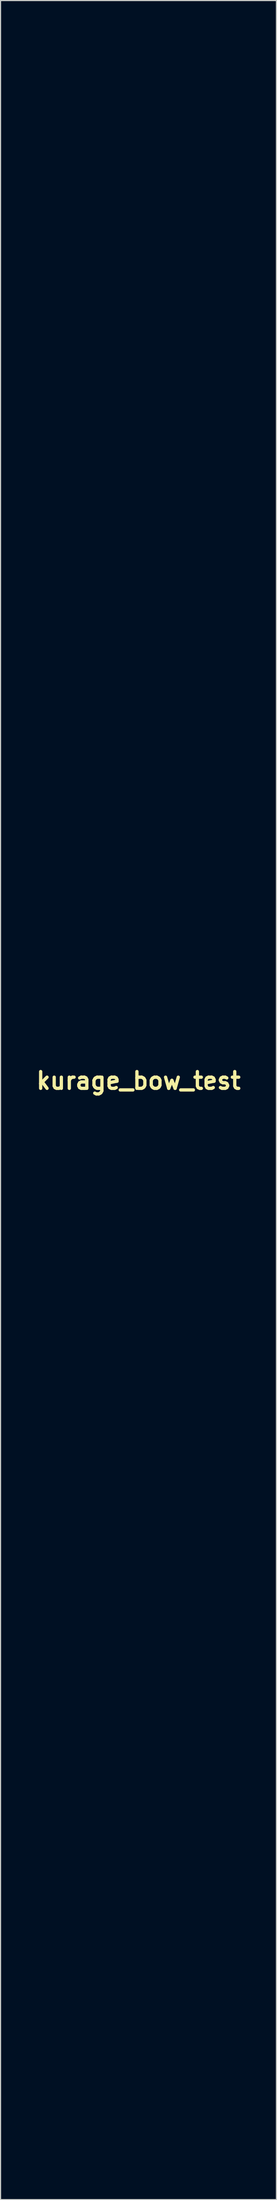
<source format=kicad_pcb>
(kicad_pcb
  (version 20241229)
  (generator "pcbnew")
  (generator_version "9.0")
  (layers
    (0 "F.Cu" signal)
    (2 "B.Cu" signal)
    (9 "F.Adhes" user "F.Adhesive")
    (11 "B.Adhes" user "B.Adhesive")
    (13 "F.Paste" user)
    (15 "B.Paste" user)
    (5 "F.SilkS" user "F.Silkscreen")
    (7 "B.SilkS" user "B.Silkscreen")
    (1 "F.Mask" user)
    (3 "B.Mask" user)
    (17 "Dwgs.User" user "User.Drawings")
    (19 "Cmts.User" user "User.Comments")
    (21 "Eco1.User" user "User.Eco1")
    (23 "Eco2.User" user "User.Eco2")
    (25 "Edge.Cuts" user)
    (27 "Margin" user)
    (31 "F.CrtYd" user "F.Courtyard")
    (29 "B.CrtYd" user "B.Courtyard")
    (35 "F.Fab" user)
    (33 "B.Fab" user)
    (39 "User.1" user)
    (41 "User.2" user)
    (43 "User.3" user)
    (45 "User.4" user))
  (footprint "kurage_bow_test"
    (layer "F.Cu")
    (at 9.587 95.251)
    (property "Reference" "kurage_bow_test" (at 0 0 0) (layer "F.SilkS") (effects (font (size 1.524 1.524) (thickness 0.3))))
    (attr through_hole)
    (fp_poly (pts (xy -1.324 -85.847) (xy -1.919 -85.847) (xy -1.919 -88.927) (xy -1.324 -88.927) (xy -1.324 -85.847)) (stroke (width 0.01) (type solid)) (fill yes) (layer "F.Mask"))
    (fp_poly (pts (xy -1.324 -65.986) (xy -1.919 -65.986) (xy -1.919 -69.066) (xy -1.324 -69.066) (xy -1.324 -65.986)) (stroke (width 0.01) (type solid)) (fill yes) (layer "F.Mask"))
    (fp_poly (pts (xy -1.324 -46.125) (xy -1.919 -46.125) (xy -1.919 -49.206) (xy -1.324 -49.206) (xy -1.324 -46.125)) (stroke (width 0.01) (type solid)) (fill yes) (layer "F.Mask"))
    (fp_poly (pts (xy -1.324 -26.265) (xy -1.919 -26.265) (xy -1.919 -29.345) (xy -1.324 -29.345) (xy -1.324 -26.265)) (stroke (width 0.01) (type solid)) (fill yes) (layer "F.Mask"))
    (fp_poly (pts (xy -1.324 -6.404) (xy -1.919 -6.404) (xy -1.919 -9.484) (xy -1.324 -9.484) (xy -1.324 -6.404)) (stroke (width 0.01) (type solid)) (fill yes) (layer "F.Mask"))
    (fp_poly (pts (xy -1.324 13.457) (xy -1.919 13.457) (xy -1.919 10.376) (xy -1.324 10.376) (xy -1.324 13.457)) (stroke (width 0.01) (type solid)) (fill yes) (layer "F.Mask"))
    (fp_poly (pts (xy -1.324 33.317) (xy -1.919 33.317) (xy -1.919 30.237) (xy -1.324 30.237) (xy -1.324 33.317)) (stroke (width 0.01) (type solid)) (fill yes) (layer "F.Mask"))
    (fp_poly (pts (xy -1.324 53.178) (xy -1.919 53.178) (xy -1.919 50.097) (xy -1.324 50.097) (xy -1.324 53.178)) (stroke (width 0.01) (type solid)) (fill yes) (layer "F.Mask"))
    (fp_poly (pts (xy -1.324 73.039) (xy -1.919 73.039) (xy -1.919 69.958) (xy -1.324 69.958) (xy -1.324 73.039)) (stroke (width 0.01) (type solid)) (fill yes) (layer "F.Mask"))
    (fp_poly (pts (xy -1.324 92.899) (xy -1.919 92.899) (xy -1.919 89.819) (xy -1.324 89.819) (xy -1.324 92.899)) (stroke (width 0.01) (type solid)) (fill yes) (layer "F.Mask"))
    (fp_poly (pts (xy -1.169 -94.231) (xy -1.378 -94.079) (xy -1.493 -93.993) (xy -1.611 -93.899) (xy -1.712 -93.814) (xy -1.734 -93.795) (xy -1.88 -93.661) (xy -1.938 -93.746) (xy -1.994 -93.822) (xy -2.061 -93.907) (xy -2.081 -93.931) (xy -2.164 -94.03) (xy -1.963 -94.202) (xy -1.853 -94.293) (xy -1.736 -94.386) (xy -1.632 -94.464) (xy -1.604 -94.484) (xy -1.446 -94.594) (xy -1.169 -94.231)) (stroke (width 0.01) (type solid)) (fill yes) (layer "F.Mask"))
    (fp_poly (pts (xy -1.169 -54.51) (xy -1.378 -54.358) (xy -1.493 -54.272) (xy -1.611 -54.178) (xy -1.712 -54.093) (xy -1.734 -54.073) (xy -1.88 -53.94) (xy -1.938 -54.025) (xy -1.994 -54.101) (xy -2.061 -54.186) (xy -2.081 -54.21) (xy -2.164 -54.309) (xy -1.963 -54.481) (xy -1.853 -54.572) (xy -1.736 -54.665) (xy -1.632 -54.743) (xy -1.604 -54.762) (xy -1.446 -54.872) (xy -1.169 -54.51)) (stroke (width 0.01) (type solid)) (fill yes) (layer "F.Mask"))
    (fp_poly (pts (xy -1.169 -34.649) (xy -1.378 -34.498) (xy -1.493 -34.412) (xy -1.611 -34.317) (xy -1.712 -34.232) (xy -1.734 -34.213) (xy -1.88 -34.079) (xy -1.938 -34.164) (xy -1.994 -34.24) (xy -2.061 -34.325) (xy -2.081 -34.349) (xy -2.164 -34.449) (xy -1.963 -34.62) (xy -1.853 -34.711) (xy -1.736 -34.804) (xy -1.632 -34.882) (xy -1.604 -34.902) (xy -1.446 -35.012) (xy -1.169 -34.649)) (stroke (width 0.01) (type solid)) (fill yes) (layer "F.Mask"))
    (fp_poly (pts (xy -1.169 5.072) (xy -1.378 5.224) (xy -1.493 5.31) (xy -1.611 5.404) (xy -1.712 5.489) (xy -1.734 5.509) (xy -1.88 5.642) (xy -1.938 5.557) (xy -1.994 5.481) (xy -2.061 5.396) (xy -2.081 5.372) (xy -2.164 5.273) (xy -1.963 5.101) (xy -1.853 5.01) (xy -1.736 4.917) (xy -1.632 4.839) (xy -1.604 4.819) (xy -1.446 4.71) (xy -1.169 5.072)) (stroke (width 0.01) (type solid)) (fill yes) (layer "F.Mask"))
    (fp_poly (pts (xy -1.169 24.933) (xy -1.378 25.084) (xy -1.493 25.17) (xy -1.611 25.264) (xy -1.712 25.35) (xy -1.734 25.369) (xy -1.88 25.503) (xy -1.938 25.418) (xy -1.994 25.342) (xy -2.061 25.256) (xy -2.081 25.233) (xy -2.164 25.133) (xy -1.963 24.962) (xy -1.853 24.871) (xy -1.736 24.778) (xy -1.632 24.7) (xy -1.604 24.68) (xy -1.446 24.57) (xy -1.169 24.933)) (stroke (width 0.01) (type solid)) (fill yes) (layer "F.Mask"))
    (fp_poly (pts (xy -1.169 44.794) (xy -1.378 44.945) (xy -1.493 45.031) (xy -1.611 45.125) (xy -1.712 45.21) (xy -1.734 45.23) (xy -1.88 45.363) (xy -1.938 45.278) (xy -1.994 45.202) (xy -2.061 45.117) (xy -2.081 45.094) (xy -2.164 44.994) (xy -1.963 44.822) (xy -1.853 44.731) (xy -1.736 44.639) (xy -1.632 44.561) (xy -1.604 44.541) (xy -1.446 44.431) (xy -1.169 44.794)) (stroke (width 0.01) (type solid)) (fill yes) (layer "F.Mask"))
    (fp_poly (pts (xy -1.169 64.654) (xy -1.378 64.806) (xy -1.493 64.892) (xy -1.611 64.986) (xy -1.712 65.071) (xy -1.734 65.091) (xy -1.88 65.224) (xy -1.938 65.139) (xy -1.994 65.063) (xy -2.061 64.978) (xy -2.081 64.954) (xy -2.164 64.855) (xy -1.963 64.683) (xy -1.853 64.592) (xy -1.736 64.499) (xy -1.632 64.421) (xy -1.604 64.401) (xy -1.446 64.291) (xy -1.169 64.654)) (stroke (width 0.01) (type solid)) (fill yes) (layer "F.Mask"))
    (fp_poly (pts (xy -1.169 84.515) (xy -1.378 84.666) (xy -1.493 84.752) (xy -1.611 84.846) (xy -1.712 84.932) (xy -1.734 84.951) (xy -1.88 85.085) (xy -1.938 84.999) (xy -1.994 84.924) (xy -2.061 84.838) (xy -2.081 84.815) (xy -2.164 84.715) (xy -1.963 84.544) (xy -1.853 84.452) (xy -1.736 84.36) (xy -1.632 84.282) (xy -1.604 84.262) (xy -1.446 84.152) (xy -1.169 84.515)) (stroke (width 0.01) (type solid)) (fill yes) (layer "F.Mask"))
    (fp_poly (pts (xy -1.307 -74.552) (xy -1.169 -74.37) (xy -1.378 -74.219) (xy -1.493 -74.133) (xy -1.611 -74.039) (xy -1.712 -73.954) (xy -1.734 -73.934) (xy -1.88 -73.801) (xy -1.938 -73.886) (xy -1.994 -73.962) (xy -2.061 -74.047) (xy -2.081 -74.07) (xy -2.164 -74.17) (xy -1.963 -74.341) (xy -1.853 -74.433) (xy -1.736 -74.525) (xy -1.632 -74.603) (xy -1.604 -74.623) (xy -1.446 -74.733) (xy -1.307 -74.552)) (stroke (width 0.01) (type solid)) (fill yes) (layer "F.Mask"))
    (fp_poly (pts (xy -1.307 -14.97) (xy -1.169 -14.788) (xy -1.378 -14.637) (xy -1.493 -14.551) (xy -1.611 -14.457) (xy -1.712 -14.372) (xy -1.734 -14.352) (xy -1.88 -14.219) (xy -1.938 -14.304) (xy -1.994 -14.38) (xy -2.061 -14.465) (xy -2.081 -14.488) (xy -2.164 -14.588) (xy -1.963 -14.76) (xy -1.853 -14.851) (xy -1.736 -14.943) (xy -1.632 -15.021) (xy -1.604 -15.041) (xy -1.446 -15.151) (xy -1.307 -14.97)) (stroke (width 0.01) (type solid)) (fill yes) (layer "F.Mask"))
    (fp_poly (pts (xy -1.618 -95.067) (xy -1.56 -94.982) (xy -1.52 -94.914) (xy -1.505 -94.873) (xy -1.507 -94.868) (xy -1.537 -94.844) (xy -1.599 -94.797) (xy -1.681 -94.736) (xy -1.709 -94.716) (xy -1.82 -94.631) (xy -1.936 -94.535) (xy -2.032 -94.449) (xy -2.034 -94.448) (xy -2.176 -94.312) (xy -2.458 -94.677) (xy -2.282 -94.842) (xy -2.173 -94.938) (xy -2.05 -95.037) (xy -1.938 -95.119) (xy -1.927 -95.127) (xy -1.749 -95.246) (xy -1.618 -95.067)) (stroke (width 0.01) (type solid)) (fill yes) (layer "F.Mask"))
    (fp_poly (pts (xy -1.618 -15.624) (xy -1.56 -15.54) (xy -1.52 -15.471) (xy -1.505 -15.431) (xy -1.507 -15.425) (xy -1.537 -15.401) (xy -1.599 -15.355) (xy -1.681 -15.294) (xy -1.709 -15.273) (xy -1.82 -15.188) (xy -1.936 -15.093) (xy -2.032 -15.007) (xy -2.034 -15.005) (xy -2.176 -14.869) (xy -2.458 -15.235) (xy -2.282 -15.4) (xy -2.173 -15.495) (xy -2.05 -15.594) (xy -1.938 -15.677) (xy -1.927 -15.684) (xy -1.749 -15.804) (xy -1.618 -15.624)) (stroke (width 0.01) (type solid)) (fill yes) (layer "F.Mask"))
    (fp_poly (pts (xy -1.618 43.958) (xy -1.56 44.042) (xy -1.52 44.111) (xy -1.505 44.151) (xy -1.507 44.157) (xy -1.537 44.181) (xy -1.599 44.227) (xy -1.681 44.288) (xy -1.709 44.309) (xy -1.82 44.393) (xy -1.936 44.489) (xy -2.032 44.575) (xy -2.034 44.577) (xy -2.176 44.712) (xy -2.458 44.347) (xy -2.282 44.182) (xy -2.173 44.087) (xy -2.05 43.988) (xy -1.938 43.905) (xy -1.927 43.897) (xy -1.749 43.778) (xy -1.618 43.958)) (stroke (width 0.01) (type solid)) (fill yes) (layer "F.Mask"))
    (fp_poly (pts (xy -1.618 -75.206) (xy -1.56 -75.122) (xy -1.52 -75.053) (xy -1.505 -75.013) (xy -1.507 -75.007) (xy -1.537 -74.983) (xy -1.599 -74.936) (xy -1.681 -74.876) (xy -1.709 -74.855) (xy -1.82 -74.77) (xy -1.936 -74.675) (xy -2.032 -74.588) (xy -2.034 -74.587) (xy -2.176 -74.451) (xy -2.317 -74.634) (xy -2.458 -74.817) (xy -2.282 -74.982) (xy -2.173 -75.077) (xy -2.05 -75.176) (xy -1.938 -75.258) (xy -1.927 -75.266) (xy -1.749 -75.386) (xy -1.618 -75.206)) (stroke (width 0.01) (type solid)) (fill yes) (layer "F.Mask"))
    (fp_poly (pts (xy -1.618 -55.346) (xy -1.56 -55.261) (xy -1.52 -55.193) (xy -1.505 -55.152) (xy -1.507 -55.147) (xy -1.537 -55.123) (xy -1.599 -55.076) (xy -1.681 -55.015) (xy -1.709 -54.995) (xy -1.82 -54.91) (xy -1.936 -54.814) (xy -2.032 -54.728) (xy -2.034 -54.726) (xy -2.176 -54.591) (xy -2.317 -54.773) (xy -2.458 -54.956) (xy -2.282 -55.121) (xy -2.173 -55.217) (xy -2.05 -55.315) (xy -1.938 -55.398) (xy -1.927 -55.406) (xy -1.749 -55.525) (xy -1.618 -55.346)) (stroke (width 0.01) (type solid)) (fill yes) (layer "F.Mask"))
    (fp_poly (pts (xy -1.618 -35.485) (xy -1.56 -35.4) (xy -1.52 -35.332) (xy -1.505 -35.291) (xy -1.507 -35.286) (xy -1.537 -35.262) (xy -1.599 -35.215) (xy -1.681 -35.154) (xy -1.709 -35.134) (xy -1.82 -35.049) (xy -1.936 -34.953) (xy -2.032 -34.867) (xy -2.034 -34.866) (xy -2.176 -34.73) (xy -2.317 -34.913) (xy -2.458 -35.095) (xy -2.282 -35.26) (xy -2.173 -35.356) (xy -2.05 -35.455) (xy -1.938 -35.537) (xy -1.927 -35.545) (xy -1.749 -35.665) (xy -1.618 -35.485)) (stroke (width 0.01) (type solid)) (fill yes) (layer "F.Mask"))
    (fp_poly (pts (xy -1.618 4.236) (xy -1.56 4.321) (xy -1.52 4.389) (xy -1.505 4.43) (xy -1.507 4.435) (xy -1.537 4.459) (xy -1.599 4.506) (xy -1.681 4.567) (xy -1.709 4.587) (xy -1.82 4.672) (xy -1.936 4.768) (xy -2.032 4.854) (xy -2.034 4.856) (xy -2.176 4.991) (xy -2.317 4.809) (xy -2.458 4.626) (xy -2.282 4.461) (xy -2.173 4.365) (xy -2.05 4.267) (xy -1.938 4.184) (xy -1.927 4.176) (xy -1.749 4.057) (xy -1.618 4.236)) (stroke (width 0.01) (type solid)) (fill yes) (layer "F.Mask"))
    (fp_poly (pts (xy -1.618 24.097) (xy -1.56 24.182) (xy -1.52 24.25) (xy -1.505 24.291) (xy -1.507 24.296) (xy -1.537 24.32) (xy -1.599 24.367) (xy -1.681 24.428) (xy -1.709 24.448) (xy -1.82 24.533) (xy -1.936 24.629) (xy -2.032 24.715) (xy -2.034 24.716) (xy -2.176 24.852) (xy -2.317 24.669) (xy -2.458 24.487) (xy -2.282 24.322) (xy -2.173 24.226) (xy -2.05 24.127) (xy -1.938 24.045) (xy -1.927 24.037) (xy -1.749 23.917) (xy -1.618 24.097)) (stroke (width 0.01) (type solid)) (fill yes) (layer "F.Mask"))
    (fp_poly (pts (xy -1.618 63.818) (xy -1.56 63.903) (xy -1.52 63.971) (xy -1.505 64.012) (xy -1.507 64.017) (xy -1.537 64.041) (xy -1.599 64.088) (xy -1.681 64.149) (xy -1.709 64.169) (xy -1.82 64.254) (xy -1.936 64.35) (xy -2.032 64.436) (xy -2.034 64.438) (xy -2.176 64.573) (xy -2.317 64.391) (xy -2.458 64.208) (xy -2.282 64.043) (xy -2.173 63.947) (xy -2.05 63.848) (xy -1.938 63.766) (xy -1.927 63.758) (xy -1.749 63.639) (xy -1.618 63.818)) (stroke (width 0.01) (type solid)) (fill yes) (layer "F.Mask"))
    (fp_poly (pts (xy -1.618 83.679) (xy -1.56 83.764) (xy -1.52 83.832) (xy -1.505 83.872) (xy -1.507 83.878) (xy -1.537 83.902) (xy -1.599 83.949) (xy -1.681 84.009) (xy -1.709 84.03) (xy -1.82 84.115) (xy -1.936 84.21) (xy -2.032 84.297) (xy -2.034 84.298) (xy -2.176 84.434) (xy -2.317 84.251) (xy -2.458 84.069) (xy -2.282 83.903) (xy -2.173 83.808) (xy -2.05 83.709) (xy -1.938 83.627) (xy -1.927 83.619) (xy -1.749 83.499) (xy -1.618 83.679)) (stroke (width 0.01) (type solid)) (fill yes) (layer "F.Mask"))
    (fp_poly (pts (xy -0.399 -89.407) (xy -0.21 -89.395) (xy -0.053 -89.375) (xy 0.092 -89.344) (xy 0.176 -89.321) (xy 0.555 -89.181) (xy 0.907 -88.995) (xy 1.231 -88.765) (xy 1.524 -88.493) (xy 1.784 -88.181) (xy 2.011 -87.83) (xy 2.203 -87.443) (xy 2.357 -87.02) (xy 2.415 -86.818) (xy 2.478 -86.573) (xy 2.204 -86.311) (xy 2.132 -86.506) (xy 1.98 -86.861) (xy 1.785 -87.213) (xy 1.557 -87.547) (xy 1.326 -87.826) (xy 1.18 -87.968) (xy 1.003 -88.115) (xy 0.813 -88.253) (xy 0.629 -88.367) (xy 0.565 -88.401) (xy 0.477 -88.441) (xy 0.363 -88.486) (xy 0.236 -88.532) (xy 0.112 -88.573) (xy 0.002 -88.606) (xy -0.08 -88.626) (xy -0.111 -88.63) (xy -0.116 -88.603) (xy -0.12 -88.527) (xy -0.124 -88.405) (xy -0.127 -88.241) (xy -0.13 -88.04) (xy -0.132 -87.805) (xy -0.134 -87.541) (xy -0.135 -87.252) (xy -0.135 -87.022) (xy -0.135 -85.414) (xy -0.73 -85.414) (xy -0.73 -89.42) (xy -0.399 -89.407)) (stroke (width 0.01) (type solid)) (fill yes) (layer "F.Mask"))
    (fp_poly (pts (xy -0.399 -69.546) (xy -0.21 -69.535) (xy -0.053 -69.515) (xy 0.092 -69.484) (xy 0.176 -69.46) (xy 0.555 -69.32) (xy 0.907 -69.134) (xy 1.231 -68.904) (xy 1.524 -68.632) (xy 1.784 -68.32) (xy 2.011 -67.969) (xy 2.203 -67.582) (xy 2.357 -67.16) (xy 2.415 -66.957) (xy 2.478 -66.712) (xy 2.204 -66.45) (xy 2.132 -66.645) (xy 1.98 -67) (xy 1.785 -67.352) (xy 1.557 -67.687) (xy 1.326 -67.965) (xy 1.18 -68.107) (xy 1.003 -68.254) (xy 0.813 -68.392) (xy 0.629 -68.506) (xy 0.565 -68.541) (xy 0.477 -68.581) (xy 0.363 -68.626) (xy 0.236 -68.671) (xy 0.112 -68.713) (xy 0.002 -68.745) (xy -0.08 -68.765) (xy -0.111 -68.769) (xy -0.116 -68.743) (xy -0.12 -68.667) (xy -0.124 -68.544) (xy -0.127 -68.381) (xy -0.13 -68.179) (xy -0.132 -67.945) (xy -0.134 -67.68) (xy -0.135 -67.391) (xy -0.135 -67.161) (xy -0.135 -65.554) (xy -0.73 -65.554) (xy -0.73 -69.559) (xy -0.399 -69.546)) (stroke (width 0.01) (type solid)) (fill yes) (layer "F.Mask"))
    (fp_poly (pts (xy -0.399 -9.964) (xy -0.21 -9.953) (xy -0.053 -9.933) (xy 0.092 -9.902) (xy 0.176 -9.879) (xy 0.555 -9.738) (xy 0.907 -9.552) (xy 1.231 -9.322) (xy 1.524 -9.05) (xy 1.784 -8.738) (xy 2.011 -8.387) (xy 2.203 -8) (xy 2.357 -7.578) (xy 2.415 -7.375) (xy 2.478 -7.13) (xy 2.204 -6.868) (xy 2.132 -7.064) (xy 1.98 -7.418) (xy 1.785 -7.771) (xy 1.557 -8.105) (xy 1.326 -8.383) (xy 1.18 -8.525) (xy 1.003 -8.672) (xy 0.813 -8.81) (xy 0.629 -8.924) (xy 0.565 -8.959) (xy 0.477 -8.999) (xy 0.363 -9.044) (xy 0.236 -9.089) (xy 0.112 -9.131) (xy 0.002 -9.164) (xy -0.08 -9.183) (xy -0.111 -9.187) (xy -0.116 -9.161) (xy -0.12 -9.085) (xy -0.124 -8.963) (xy -0.127 -8.799) (xy -0.13 -8.597) (xy -0.132 -8.363) (xy -0.134 -8.099) (xy -0.135 -7.809) (xy -0.135 -7.579) (xy -0.135 -5.972) (xy -0.73 -5.972) (xy -0.73 -9.977) (xy -0.399 -9.964)) (stroke (width 0.01) (type solid)) (fill yes) (layer "F.Mask"))
    (fp_poly (pts (xy -0.399 49.618) (xy -0.21 49.629) (xy -0.053 49.649) (xy 0.092 49.68) (xy 0.176 49.703) (xy 0.555 49.844) (xy 0.907 50.03) (xy 1.231 50.26) (xy 1.524 50.532) (xy 1.784 50.844) (xy 2.011 51.195) (xy 2.203 51.582) (xy 2.357 52.004) (xy 2.415 52.207) (xy 2.478 52.452) (xy 2.204 52.714) (xy 2.132 52.518) (xy 1.98 52.164) (xy 1.785 51.811) (xy 1.557 51.477) (xy 1.326 51.198) (xy 1.18 51.057) (xy 1.003 50.91) (xy 0.813 50.772) (xy 0.629 50.657) (xy 0.565 50.623) (xy 0.477 50.583) (xy 0.363 50.538) (xy 0.236 50.493) (xy 0.112 50.451) (xy 0.002 50.418) (xy -0.08 50.398) (xy -0.111 50.395) (xy -0.116 50.421) (xy -0.12 50.497) (xy -0.124 50.619) (xy -0.127 50.783) (xy -0.13 50.984) (xy -0.132 51.219) (xy -0.134 51.483) (xy -0.135 51.773) (xy -0.135 52.002) (xy -0.135 53.61) (xy -0.73 53.61) (xy -0.73 49.605) (xy -0.399 49.618)) (stroke (width 0.01) (type solid)) (fill yes) (layer "F.Mask"))
    (fp_poly (pts (xy -0.399 69.478) (xy -0.21 69.49) (xy -0.053 69.51) (xy 0.092 69.541) (xy 0.176 69.564) (xy 0.555 69.704) (xy 0.907 69.89) (xy 1.231 70.12) (xy 1.524 70.392) (xy 1.784 70.705) (xy 2.011 71.055) (xy 2.203 71.443) (xy 2.357 71.865) (xy 2.415 72.067) (xy 2.478 72.313) (xy 2.204 72.575) (xy 2.132 72.379) (xy 1.98 72.024) (xy 1.785 71.672) (xy 1.557 71.338) (xy 1.326 71.059) (xy 1.18 70.917) (xy 1.003 70.77) (xy 0.813 70.632) (xy 0.629 70.518) (xy 0.565 70.484) (xy 0.477 70.444) (xy 0.363 70.399) (xy 0.236 70.353) (xy 0.112 70.312) (xy 0.002 70.279) (xy -0.08 70.259) (xy -0.111 70.255) (xy -0.116 70.282) (xy -0.12 70.358) (xy -0.124 70.48) (xy -0.127 70.644) (xy -0.13 70.845) (xy -0.132 71.08) (xy -0.134 71.344) (xy -0.135 71.633) (xy -0.135 71.863) (xy -0.135 73.471) (xy -0.73 73.471) (xy -0.73 69.465) (xy -0.399 69.478)) (stroke (width 0.01) (type solid)) (fill yes) (layer "F.Mask"))
    (fp_poly (pts (xy -0.399 -49.685) (xy -0.21 -49.674) (xy -0.053 -49.654) (xy 0.092 -49.623) (xy 0.176 -49.6) (xy 0.555 -49.46) (xy 0.907 -49.274) (xy 1.231 -49.044) (xy 1.524 -48.772) (xy 1.784 -48.459) (xy 2.011 -48.109) (xy 2.203 -47.721) (xy 2.357 -47.299) (xy 2.415 -47.096) (xy 2.478 -46.851) (xy 2.341 -46.72) (xy 2.204 -46.589) (xy 2.132 -46.785) (xy 1.98 -47.139) (xy 1.785 -47.492) (xy 1.557 -47.826) (xy 1.326 -48.105) (xy 1.18 -48.247) (xy 1.003 -48.394) (xy 0.813 -48.531) (xy 0.629 -48.646) (xy 0.565 -48.68) (xy 0.477 -48.72) (xy 0.363 -48.765) (xy 0.236 -48.81) (xy 0.112 -48.852) (xy 0.002 -48.885) (xy -0.08 -48.905) (xy -0.111 -48.909) (xy -0.116 -48.882) (xy -0.12 -48.806) (xy -0.124 -48.684) (xy -0.127 -48.52) (xy -0.13 -48.319) (xy -0.132 -48.084) (xy -0.134 -47.82) (xy -0.135 -47.531) (xy -0.135 -47.301) (xy -0.135 -45.693) (xy -0.73 -45.693) (xy -0.73 -49.699) (xy -0.399 -49.685)) (stroke (width 0.01) (type solid)) (fill yes) (layer "F.Mask"))
    (fp_poly (pts (xy -0.399 -29.825) (xy -0.21 -29.813) (xy -0.053 -29.794) (xy 0.092 -29.762) (xy 0.176 -29.739) (xy 0.555 -29.599) (xy 0.907 -29.413) (xy 1.231 -29.183) (xy 1.524 -28.911) (xy 1.784 -28.599) (xy 2.011 -28.248) (xy 2.203 -27.861) (xy 2.357 -27.439) (xy 2.415 -27.236) (xy 2.478 -26.991) (xy 2.341 -26.86) (xy 2.204 -26.729) (xy 2.132 -26.924) (xy 1.98 -27.279) (xy 1.785 -27.631) (xy 1.557 -27.965) (xy 1.326 -28.244) (xy 1.18 -28.386) (xy 1.003 -28.533) (xy 0.813 -28.671) (xy 0.629 -28.785) (xy 0.565 -28.82) (xy 0.477 -28.859) (xy 0.363 -28.904) (xy 0.236 -28.95) (xy 0.112 -28.991) (xy 0.002 -29.024) (xy -0.08 -29.044) (xy -0.111 -29.048) (xy -0.116 -29.022) (xy -0.12 -28.945) (xy -0.124 -28.823) (xy -0.127 -28.659) (xy -0.13 -28.458) (xy -0.132 -28.223) (xy -0.134 -27.959) (xy -0.135 -27.67) (xy -0.135 -27.44) (xy -0.135 -25.832) (xy -0.73 -25.832) (xy -0.73 -29.838) (xy -0.399 -29.825)) (stroke (width 0.01) (type solid)) (fill yes) (layer "F.Mask"))
    (fp_poly (pts (xy -0.399 9.897) (xy -0.21 9.908) (xy -0.053 9.928) (xy 0.092 9.959) (xy 0.176 9.982) (xy 0.555 10.122) (xy 0.907 10.308) (xy 1.231 10.538) (xy 1.524 10.81) (xy 1.784 11.123) (xy 2.011 11.473) (xy 2.203 11.861) (xy 2.357 12.283) (xy 2.415 12.486) (xy 2.478 12.731) (xy 2.341 12.862) (xy 2.204 12.993) (xy 2.132 12.797) (xy 1.98 12.442) (xy 1.785 12.09) (xy 1.557 11.756) (xy 1.326 11.477) (xy 1.18 11.335) (xy 1.003 11.188) (xy 0.813 11.05) (xy 0.629 10.936) (xy 0.565 10.902) (xy 0.477 10.862) (xy 0.363 10.817) (xy 0.236 10.772) (xy 0.112 10.73) (xy 0.002 10.697) (xy -0.08 10.677) (xy -0.111 10.673) (xy -0.116 10.7) (xy -0.12 10.776) (xy -0.124 10.898) (xy -0.127 11.062) (xy -0.13 11.263) (xy -0.132 11.498) (xy -0.134 11.762) (xy -0.135 12.051) (xy -0.135 12.281) (xy -0.135 13.889) (xy -0.73 13.889) (xy -0.73 9.883) (xy -0.399 9.897)) (stroke (width 0.01) (type solid)) (fill yes) (layer "F.Mask"))
    (fp_poly (pts (xy -0.399 29.757) (xy -0.21 29.769) (xy -0.053 29.788) (xy 0.092 29.819) (xy 0.176 29.843) (xy 0.555 29.983) (xy 0.907 30.169) (xy 1.231 30.399) (xy 1.524 30.671) (xy 1.784 30.983) (xy 2.011 31.334) (xy 2.203 31.721) (xy 2.357 32.143) (xy 2.415 32.346) (xy 2.478 32.591) (xy 2.341 32.722) (xy 2.204 32.853) (xy 2.132 32.658) (xy 1.98 32.303) (xy 1.785 31.951) (xy 1.557 31.617) (xy 1.326 31.338) (xy 1.18 31.196) (xy 1.003 31.049) (xy 0.813 30.911) (xy 0.629 30.797) (xy 0.565 30.762) (xy 0.477 30.723) (xy 0.363 30.678) (xy 0.236 30.632) (xy 0.112 30.591) (xy 0.002 30.558) (xy -0.08 30.538) (xy -0.111 30.534) (xy -0.116 30.56) (xy -0.12 30.637) (xy -0.124 30.759) (xy -0.127 30.922) (xy -0.13 31.124) (xy -0.132 31.359) (xy -0.134 31.623) (xy -0.135 31.912) (xy -0.135 32.142) (xy -0.135 33.75) (xy -0.73 33.75) (xy -0.73 29.744) (xy -0.399 29.757)) (stroke (width 0.01) (type solid)) (fill yes) (layer "F.Mask"))
    (fp_poly (pts (xy -0.399 89.339) (xy -0.21 89.351) (xy -0.053 89.37) (xy 0.092 89.401) (xy 0.176 89.425) (xy 0.555 89.565) (xy 0.907 89.751) (xy 1.231 89.981) (xy 1.524 90.253) (xy 1.784 90.565) (xy 2.011 90.916) (xy 2.203 91.303) (xy 2.357 91.725) (xy 2.415 91.928) (xy 2.478 92.173) (xy 2.341 92.304) (xy 2.204 92.435) (xy 2.132 92.24) (xy 1.98 91.885) (xy 1.785 91.533) (xy 1.557 91.198) (xy 1.326 90.92) (xy 1.18 90.778) (xy 1.003 90.631) (xy 0.813 90.493) (xy 0.629 90.379) (xy 0.565 90.344) (xy 0.477 90.304) (xy 0.363 90.26) (xy 0.236 90.214) (xy 0.112 90.173) (xy 0.002 90.14) (xy -0.08 90.12) (xy -0.111 90.116) (xy -0.116 90.142) (xy -0.12 90.219) (xy -0.124 90.341) (xy -0.127 90.504) (xy -0.13 90.706) (xy -0.132 90.94) (xy -0.134 91.205) (xy -0.135 91.494) (xy -0.135 91.724) (xy -0.135 93.331) (xy -0.73 93.331) (xy -0.73 89.326) (xy -0.399 89.339)) (stroke (width 0.01) (type solid)) (fill yes) (layer "F.Mask"))
    (fp_poly (pts (xy -0.513 -93.852) (xy -0.332 -93.834) (xy -0.173 -93.812) (xy 0.019 -93.778) (xy 0.225 -93.735) (xy 0.427 -93.687) (xy 0.606 -93.639) (xy 0.696 -93.611) (xy 0.908 -93.529) (xy 1.135 -93.425) (xy 1.351 -93.309) (xy 1.486 -93.227) (xy 1.711 -93.053) (xy 1.929 -92.839) (xy 2.128 -92.597) (xy 2.297 -92.341) (xy 2.401 -92.14) (xy 2.454 -92.021) (xy 2.485 -91.938) (xy 2.494 -91.878) (xy 2.479 -91.827) (xy 2.441 -91.772) (xy 2.381 -91.703) (xy 2.249 -91.552) (xy 2.114 -91.76) (xy 1.885 -92.06) (xy 1.618 -92.324) (xy 1.312 -92.55) (xy 0.967 -92.739) (xy 0.583 -92.891) (xy 0.162 -93.005) (xy -0.297 -93.08) (xy -0.318 -93.083) (xy -0.513 -93.106) (xy -0.513 -91.934) (xy -0.287 -91.784) (xy -0.041 -91.607) (xy 0.209 -91.404) (xy 0.446 -91.191) (xy 0.631 -91.003) (xy 0.832 -90.784) (xy 0.696 -90.592) (xy 0.635 -90.505) (xy 0.587 -90.438) (xy 0.56 -90.399) (xy 0.557 -90.395) (xy 0.535 -90.408) (xy 0.482 -90.447) (xy 0.406 -90.505) (xy 0.378 -90.527) (xy 0.019 -90.786) (xy -0.382 -91.038) (xy -0.816 -91.276) (xy -1.272 -91.495) (xy -1.74 -91.69) (xy -1.937 -91.763) (xy -2.184 -91.851) (xy -2.146 -91.977) (xy -2.119 -92.066) (xy -2.086 -92.183) (xy -2.051 -92.304) (xy -2.048 -92.314) (xy -2.017 -92.414) (xy -1.987 -92.492) (xy -1.963 -92.535) (xy -1.958 -92.539) (xy -1.922 -92.534) (xy -1.846 -92.513) (xy -1.743 -92.481) (xy -1.623 -92.439) (xy -1.498 -92.393) (xy -1.378 -92.347) (xy -1.275 -92.304) (xy -1.209 -92.274) (xy -1.108 -92.223) (xy -1.108 -94.926) (xy -0.513 -94.926) (xy -0.513 -93.852)) (stroke (width 0.01) (type solid)) (fill yes) (layer "F.Mask"))
    (fp_poly (pts (xy -0.513 -73.992) (xy -0.332 -73.973) (xy -0.173 -73.951) (xy 0.019 -73.917) (xy 0.225 -73.874) (xy 0.427 -73.826) (xy 0.606 -73.778) (xy 0.696 -73.75) (xy 0.908 -73.669) (xy 1.135 -73.564) (xy 1.351 -73.449) (xy 1.486 -73.366) (xy 1.711 -73.193) (xy 1.929 -72.979) (xy 2.128 -72.737) (xy 2.297 -72.481) (xy 2.401 -72.279) (xy 2.454 -72.16) (xy 2.485 -72.077) (xy 2.494 -72.017) (xy 2.479 -71.967) (xy 2.441 -71.912) (xy 2.381 -71.843) (xy 2.249 -71.692) (xy 2.114 -71.899) (xy 1.885 -72.199) (xy 1.618 -72.463) (xy 1.312 -72.689) (xy 0.967 -72.879) (xy 0.583 -73.03) (xy 0.162 -73.144) (xy -0.297 -73.22) (xy -0.318 -73.222) (xy -0.513 -73.245) (xy -0.513 -72.074) (xy -0.287 -71.923) (xy -0.041 -71.747) (xy 0.209 -71.544) (xy 0.446 -71.33) (xy 0.631 -71.142) (xy 0.832 -70.924) (xy 0.696 -70.731) (xy 0.635 -70.645) (xy 0.587 -70.577) (xy 0.56 -70.539) (xy 0.557 -70.534) (xy 0.535 -70.547) (xy 0.482 -70.586) (xy 0.406 -70.644) (xy 0.378 -70.666) (xy 0.019 -70.926) (xy -0.382 -71.177) (xy -0.816 -71.416) (xy -1.272 -71.635) (xy -1.74 -71.829) (xy -1.937 -71.902) (xy -2.184 -71.991) (xy -2.146 -72.116) (xy -2.119 -72.205) (xy -2.086 -72.322) (xy -2.051 -72.443) (xy -2.048 -72.454) (xy -2.017 -72.554) (xy -1.987 -72.632) (xy -1.963 -72.674) (xy -1.958 -72.678) (xy -1.922 -72.674) (xy -1.846 -72.653) (xy -1.743 -72.62) (xy -1.623 -72.579) (xy -1.498 -72.533) (xy -1.378 -72.486) (xy -1.275 -72.444) (xy -1.209 -72.413) (xy -1.108 -72.362) (xy -1.108 -75.065) (xy -0.513 -75.065) (xy -0.513 -73.992)) (stroke (width 0.01) (type solid)) (fill yes) (layer "F.Mask"))
    (fp_poly (pts (xy -0.513 -54.131) (xy -0.332 -54.112) (xy -0.173 -54.091) (xy 0.019 -54.056) (xy 0.225 -54.013) (xy 0.427 -53.966) (xy 0.606 -53.917) (xy 0.696 -53.89) (xy 0.908 -53.808) (xy 1.135 -53.704) (xy 1.351 -53.588) (xy 1.486 -53.505) (xy 1.711 -53.332) (xy 1.929 -53.118) (xy 2.128 -52.876) (xy 2.297 -52.62) (xy 2.401 -52.418) (xy 2.454 -52.299) (xy 2.485 -52.217) (xy 2.494 -52.157) (xy 2.479 -52.106) (xy 2.441 -52.051) (xy 2.381 -51.982) (xy 2.249 -51.831) (xy 2.114 -52.038) (xy 1.885 -52.339) (xy 1.618 -52.602) (xy 1.312 -52.829) (xy 0.967 -53.018) (xy 0.583 -53.169) (xy 0.162 -53.283) (xy -0.297 -53.359) (xy -0.318 -53.362) (xy -0.513 -53.384) (xy -0.513 -52.213) (xy -0.287 -52.063) (xy -0.041 -51.886) (xy 0.209 -51.683) (xy 0.446 -51.47) (xy 0.631 -51.281) (xy 0.832 -51.063) (xy 0.696 -50.871) (xy 0.635 -50.784) (xy 0.587 -50.716) (xy 0.56 -50.678) (xy 0.557 -50.673) (xy 0.535 -50.687) (xy 0.482 -50.726) (xy 0.406 -50.784) (xy 0.378 -50.806) (xy 0.019 -51.065) (xy -0.382 -51.317) (xy -0.816 -51.555) (xy -1.272 -51.774) (xy -1.74 -51.969) (xy -1.937 -52.042) (xy -2.184 -52.13) (xy -2.146 -52.255) (xy -2.119 -52.344) (xy -2.086 -52.462) (xy -2.051 -52.583) (xy -2.048 -52.593) (xy -2.017 -52.693) (xy -1.987 -52.771) (xy -1.963 -52.813) (xy -1.958 -52.817) (xy -1.922 -52.813) (xy -1.846 -52.792) (xy -1.743 -52.759) (xy -1.623 -52.718) (xy -1.498 -52.672) (xy -1.378 -52.626) (xy -1.275 -52.583) (xy -1.209 -52.553) (xy -1.108 -52.501) (xy -1.108 -55.204) (xy -0.513 -55.204) (xy -0.513 -54.131)) (stroke (width 0.01) (type solid)) (fill yes) (layer "F.Mask"))
    (fp_poly (pts (xy -0.513 -34.27) (xy -0.332 -34.252) (xy -0.173 -34.23) (xy 0.019 -34.196) (xy 0.225 -34.153) (xy 0.427 -34.105) (xy 0.606 -34.057) (xy 0.696 -34.029) (xy 0.908 -33.948) (xy 1.135 -33.843) (xy 1.351 -33.728) (xy 1.486 -33.645) (xy 1.711 -33.471) (xy 1.929 -33.257) (xy 2.128 -33.015) (xy 2.297 -32.759) (xy 2.401 -32.558) (xy 2.454 -32.439) (xy 2.485 -32.356) (xy 2.494 -32.296) (xy 2.479 -32.245) (xy 2.441 -32.191) (xy 2.381 -32.121) (xy 2.249 -31.97) (xy 2.114 -32.178) (xy 1.885 -32.478) (xy 1.618 -32.742) (xy 1.312 -32.968) (xy 0.967 -33.157) (xy 0.583 -33.309) (xy 0.162 -33.423) (xy -0.297 -33.499) (xy -0.318 -33.501) (xy -0.513 -33.524) (xy -0.513 -32.353) (xy -0.287 -32.202) (xy -0.041 -32.026) (xy 0.209 -31.823) (xy 0.446 -31.609) (xy 0.631 -31.421) (xy 0.832 -31.202) (xy 0.696 -31.01) (xy 0.635 -30.923) (xy 0.587 -30.856) (xy 0.56 -30.818) (xy 0.557 -30.813) (xy 0.535 -30.826) (xy 0.482 -30.865) (xy 0.406 -30.923) (xy 0.378 -30.945) (xy 0.019 -31.204) (xy -0.382 -31.456) (xy -0.816 -31.694) (xy -1.272 -31.914) (xy -1.74 -32.108) (xy -1.937 -32.181) (xy -2.184 -32.269) (xy -2.146 -32.395) (xy -2.119 -32.484) (xy -2.086 -32.601) (xy -2.051 -32.722) (xy -2.048 -32.732) (xy -2.017 -32.832) (xy -1.987 -32.91) (xy -1.963 -32.953) (xy -1.958 -32.957) (xy -1.922 -32.952) (xy -1.846 -32.932) (xy -1.743 -32.899) (xy -1.623 -32.857) (xy -1.498 -32.811) (xy -1.378 -32.765) (xy -1.275 -32.722) (xy -1.209 -32.692) (xy -1.108 -32.641) (xy -1.108 -35.344) (xy -0.513 -35.344) (xy -0.513 -34.27)) (stroke (width 0.01) (type solid)) (fill yes) (layer "F.Mask"))
    (fp_poly (pts (xy -0.513 -14.41) (xy -0.332 -14.391) (xy -0.173 -14.37) (xy 0.019 -14.335) (xy 0.225 -14.292) (xy 0.427 -14.244) (xy 0.606 -14.196) (xy 0.696 -14.168) (xy 0.908 -14.087) (xy 1.135 -13.982) (xy 1.351 -13.867) (xy 1.486 -13.784) (xy 1.711 -13.611) (xy 1.929 -13.397) (xy 2.128 -13.155) (xy 2.297 -12.899) (xy 2.401 -12.697) (xy 2.454 -12.578) (xy 2.485 -12.495) (xy 2.494 -12.435) (xy 2.479 -12.385) (xy 2.441 -12.33) (xy 2.381 -12.261) (xy 2.249 -12.11) (xy 2.114 -12.317) (xy 1.885 -12.618) (xy 1.618 -12.881) (xy 1.312 -13.108) (xy 0.967 -13.297) (xy 0.583 -13.448) (xy 0.162 -13.562) (xy -0.297 -13.638) (xy -0.318 -13.64) (xy -0.513 -13.663) (xy -0.513 -12.492) (xy -0.287 -12.341) (xy -0.041 -12.165) (xy 0.209 -11.962) (xy 0.446 -11.748) (xy 0.631 -11.56) (xy 0.832 -11.342) (xy 0.696 -11.149) (xy 0.635 -11.063) (xy 0.587 -10.995) (xy 0.56 -10.957) (xy 0.557 -10.952) (xy 0.535 -10.965) (xy 0.482 -11.004) (xy 0.406 -11.062) (xy 0.378 -11.084) (xy 0.019 -11.344) (xy -0.382 -11.595) (xy -0.816 -11.834) (xy -1.272 -12.053) (xy -1.74 -12.247) (xy -1.937 -12.32) (xy -2.184 -12.409) (xy -2.146 -12.534) (xy -2.119 -12.623) (xy -2.086 -12.74) (xy -2.051 -12.861) (xy -2.048 -12.872) (xy -2.017 -12.972) (xy -1.987 -13.05) (xy -1.963 -13.092) (xy -1.958 -13.096) (xy -1.922 -13.092) (xy -1.846 -13.071) (xy -1.743 -13.038) (xy -1.623 -12.997) (xy -1.498 -12.951) (xy -1.378 -12.905) (xy -1.275 -12.862) (xy -1.209 -12.831) (xy -1.108 -12.78) (xy -1.108 -15.483) (xy -0.513 -15.483) (xy -0.513 -14.41)) (stroke (width 0.01) (type solid)) (fill yes) (layer "F.Mask"))
    (fp_poly (pts (xy -0.513 5.451) (xy -0.332 5.469) (xy -0.173 5.491) (xy 0.019 5.525) (xy 0.225 5.569) (xy 0.427 5.616) (xy 0.606 5.665) (xy 0.696 5.692) (xy 0.908 5.774) (xy 1.135 5.878) (xy 1.351 5.994) (xy 1.486 6.076) (xy 1.711 6.25) (xy 1.929 6.464) (xy 2.128 6.706) (xy 2.297 6.962) (xy 2.401 7.164) (xy 2.454 7.283) (xy 2.485 7.365) (xy 2.494 7.425) (xy 2.479 7.476) (xy 2.441 7.531) (xy 2.381 7.6) (xy 2.249 7.751) (xy 2.114 7.544) (xy 1.885 7.243) (xy 1.618 6.979) (xy 1.312 6.753) (xy 0.967 6.564) (xy 0.583 6.413) (xy 0.162 6.299) (xy -0.297 6.223) (xy -0.318 6.22) (xy -0.513 6.198) (xy -0.513 7.369) (xy -0.287 7.519) (xy -0.041 7.696) (xy 0.209 7.899) (xy 0.446 8.112) (xy 0.631 8.301) (xy 0.832 8.519) (xy 0.696 8.711) (xy 0.635 8.798) (xy 0.587 8.865) (xy 0.56 8.904) (xy 0.557 8.908) (xy 0.535 8.895) (xy 0.482 8.856) (xy 0.406 8.798) (xy 0.378 8.776) (xy 0.019 8.517) (xy -0.382 8.265) (xy -0.816 8.027) (xy -1.272 7.808) (xy -1.74 7.613) (xy -1.937 7.54) (xy -2.184 7.452) (xy -2.146 7.327) (xy -2.119 7.238) (xy -2.086 7.12) (xy -2.051 6.999) (xy -2.048 6.989) (xy -2.017 6.889) (xy -1.987 6.811) (xy -1.963 6.768) (xy -1.958 6.765) (xy -1.922 6.769) (xy -1.846 6.79) (xy -1.743 6.823) (xy -1.623 6.864) (xy -1.498 6.91) (xy -1.378 6.956) (xy -1.275 6.999) (xy -1.209 7.029) (xy -1.108 7.081) (xy -1.108 4.377) (xy -0.513 4.377) (xy -0.513 5.451)) (stroke (width 0.01) (type solid)) (fill yes) (layer "F.Mask"))
    (fp_poly (pts (xy -0.513 25.311) (xy -0.332 25.33) (xy -0.173 25.352) (xy 0.019 25.386) (xy 0.225 25.429) (xy 0.427 25.477) (xy 0.606 25.525) (xy 0.696 25.553) (xy 0.908 25.634) (xy 1.135 25.739) (xy 1.351 25.854) (xy 1.486 25.937) (xy 1.711 26.11) (xy 1.929 26.325) (xy 2.128 26.566) (xy 2.297 26.823) (xy 2.401 27.024) (xy 2.454 27.143) (xy 2.485 27.226) (xy 2.494 27.286) (xy 2.479 27.336) (xy 2.441 27.391) (xy 2.381 27.46) (xy 2.249 27.612) (xy 2.114 27.404) (xy 1.885 27.104) (xy 1.618 26.84) (xy 1.312 26.614) (xy 0.967 26.425) (xy 0.583 26.273) (xy 0.162 26.159) (xy -0.297 26.083) (xy -0.318 26.081) (xy -0.513 26.058) (xy -0.513 27.229) (xy -0.287 27.38) (xy -0.041 27.556) (xy 0.209 27.759) (xy 0.446 27.973) (xy 0.631 28.161) (xy 0.832 28.38) (xy 0.696 28.572) (xy 0.635 28.659) (xy 0.587 28.726) (xy 0.56 28.764) (xy 0.557 28.769) (xy 0.535 28.756) (xy 0.482 28.717) (xy 0.406 28.659) (xy 0.378 28.637) (xy 0.019 28.378) (xy -0.382 28.126) (xy -0.816 27.888) (xy -1.272 27.668) (xy -1.74 27.474) (xy -1.937 27.401) (xy -2.184 27.313) (xy -2.146 27.187) (xy -2.119 27.098) (xy -2.086 26.981) (xy -2.051 26.86) (xy -2.048 26.85) (xy -2.017 26.75) (xy -1.987 26.672) (xy -1.963 26.629) (xy -1.958 26.625) (xy -1.922 26.63) (xy -1.846 26.65) (xy -1.743 26.683) (xy -1.623 26.725) (xy -1.498 26.77) (xy -1.378 26.817) (xy -1.275 26.86) (xy -1.209 26.89) (xy -1.108 26.941) (xy -1.108 24.238) (xy -0.513 24.238) (xy -0.513 25.311)) (stroke (width 0.01) (type solid)) (fill yes) (layer "F.Mask"))
    (fp_poly (pts (xy -0.513 45.172) (xy -0.332 45.191) (xy -0.173 45.212) (xy 0.019 45.247) (xy 0.225 45.29) (xy 0.427 45.338) (xy 0.606 45.386) (xy 0.696 45.414) (xy 0.908 45.495) (xy 1.135 45.599) (xy 1.351 45.715) (xy 1.486 45.798) (xy 1.711 45.971) (xy 1.929 46.185) (xy 2.128 46.427) (xy 2.297 46.683) (xy 2.401 46.885) (xy 2.454 47.004) (xy 2.485 47.086) (xy 2.494 47.146) (xy 2.479 47.197) (xy 2.441 47.252) (xy 2.381 47.321) (xy 2.249 47.472) (xy 2.114 47.265) (xy 1.885 46.964) (xy 1.618 46.701) (xy 1.312 46.474) (xy 0.967 46.285) (xy 0.583 46.134) (xy 0.162 46.02) (xy -0.297 45.944) (xy -0.318 45.942) (xy -0.513 45.919) (xy -0.513 47.09) (xy -0.287 47.241) (xy -0.041 47.417) (xy 0.209 47.62) (xy 0.446 47.833) (xy 0.631 48.022) (xy 0.832 48.24) (xy 0.696 48.432) (xy 0.635 48.519) (xy 0.587 48.587) (xy 0.56 48.625) (xy 0.557 48.63) (xy 0.535 48.617) (xy 0.482 48.577) (xy 0.406 48.52) (xy 0.378 48.497) (xy 0.019 48.238) (xy -0.382 47.987) (xy -0.816 47.748) (xy -1.272 47.529) (xy -1.74 47.334) (xy -1.937 47.262) (xy -2.184 47.173) (xy -2.146 47.048) (xy -2.119 46.959) (xy -2.086 46.842) (xy -2.051 46.721) (xy -2.048 46.71) (xy -2.017 46.61) (xy -1.987 46.532) (xy -1.963 46.49) (xy -1.958 46.486) (xy -1.922 46.49) (xy -1.846 46.511) (xy -1.743 46.544) (xy -1.623 46.585) (xy -1.498 46.631) (xy -1.378 46.677) (xy -1.275 46.72) (xy -1.209 46.751) (xy -1.108 46.802) (xy -1.108 44.099) (xy -0.513 44.099) (xy -0.513 45.172)) (stroke (width 0.01) (type solid)) (fill yes) (layer "F.Mask"))
    (fp_poly (pts (xy -0.513 65.033) (xy -0.332 65.051) (xy -0.173 65.073) (xy 0.019 65.107) (xy 0.225 65.15) (xy 0.427 65.198) (xy 0.606 65.247) (xy 0.696 65.274) (xy 0.908 65.356) (xy 1.135 65.46) (xy 1.351 65.576) (xy 1.486 65.658) (xy 1.711 65.832) (xy 1.929 66.046) (xy 2.128 66.288) (xy 2.297 66.544) (xy 2.401 66.746) (xy 2.454 66.864) (xy 2.485 66.947) (xy 2.494 67.007) (xy 2.479 67.058) (xy 2.441 67.113) (xy 2.381 67.182) (xy 2.249 67.333) (xy 2.114 67.126) (xy 1.885 66.825) (xy 1.618 66.561) (xy 1.312 66.335) (xy 0.967 66.146) (xy 0.583 65.994) (xy 0.162 65.881) (xy -0.297 65.805) (xy -0.318 65.802) (xy -0.513 65.78) (xy -0.513 66.951) (xy -0.287 67.101) (xy -0.041 67.278) (xy 0.209 67.481) (xy 0.446 67.694) (xy 0.631 67.882) (xy 0.832 68.101) (xy 0.696 68.293) (xy 0.635 68.38) (xy 0.587 68.447) (xy 0.56 68.486) (xy 0.557 68.49) (xy 0.535 68.477) (xy 0.482 68.438) (xy 0.406 68.38) (xy 0.378 68.358) (xy 0.019 68.099) (xy -0.382 67.847) (xy -0.816 67.609) (xy -1.272 67.39) (xy -1.74 67.195) (xy -1.937 67.122) (xy -2.184 67.034) (xy -2.146 66.909) (xy -2.119 66.819) (xy -2.086 66.702) (xy -2.051 66.581) (xy -2.048 66.571) (xy -2.017 66.471) (xy -1.987 66.393) (xy -1.963 66.35) (xy -1.958 66.347) (xy -1.922 66.351) (xy -1.846 66.372) (xy -1.743 66.405) (xy -1.623 66.446) (xy -1.498 66.492) (xy -1.378 66.538) (xy -1.275 66.581) (xy -1.209 66.611) (xy -1.108 66.663) (xy -1.108 63.959) (xy -0.513 63.959) (xy -0.513 65.033)) (stroke (width 0.01) (type solid)) (fill yes) (layer "F.Mask"))
    (fp_poly (pts (xy -0.513 84.893) (xy -0.332 84.912) (xy -0.173 84.934) (xy 0.019 84.968) (xy 0.225 85.011) (xy 0.427 85.059) (xy 0.606 85.107) (xy 0.696 85.135) (xy 0.908 85.216) (xy 1.135 85.321) (xy 1.351 85.436) (xy 1.486 85.519) (xy 1.711 85.692) (xy 1.929 85.907) (xy 2.128 86.148) (xy 2.297 86.405) (xy 2.401 86.606) (xy 2.454 86.725) (xy 2.485 86.808) (xy 2.494 86.868) (xy 2.479 86.918) (xy 2.441 86.973) (xy 2.381 87.042) (xy 2.249 87.194) (xy 2.114 86.986) (xy 1.885 86.686) (xy 1.618 86.422) (xy 1.312 86.196) (xy 0.967 86.007) (xy 0.583 85.855) (xy 0.162 85.741) (xy -0.297 85.665) (xy -0.318 85.663) (xy -0.513 85.64) (xy -0.513 86.811) (xy -0.287 86.962) (xy -0.041 87.138) (xy 0.209 87.341) (xy 0.446 87.555) (xy 0.631 87.743) (xy 0.832 87.961) (xy 0.696 88.154) (xy 0.635 88.24) (xy 0.587 88.308) (xy 0.56 88.346) (xy 0.557 88.351) (xy 0.535 88.338) (xy 0.482 88.299) (xy 0.406 88.241) (xy 0.378 88.219) (xy 0.019 87.959) (xy -0.382 87.708) (xy -0.816 87.47) (xy -1.272 87.25) (xy -1.74 87.056) (xy -1.937 86.983) (xy -2.184 86.895) (xy -2.146 86.769) (xy -2.119 86.68) (xy -2.086 86.563) (xy -2.051 86.442) (xy -2.048 86.432) (xy -2.017 86.332) (xy -1.987 86.254) (xy -1.963 86.211) (xy -1.958 86.207) (xy -1.922 86.212) (xy -1.846 86.232) (xy -1.743 86.265) (xy -1.623 86.307) (xy -1.498 86.352) (xy -1.378 86.399) (xy -1.275 86.441) (xy -1.209 86.472) (xy -1.108 86.523) (xy -1.108 83.82) (xy -0.513 83.82) (xy -0.513 84.893)) (stroke (width 0.01) (type solid)) (fill yes) (layer "F.Mask"))
    (fp_poly (pts (xy -0.953 94.663) (xy -0.512 94.706) (xy -0.084 94.794) (xy 0.326 94.926) (xy 0.71 95.1) (xy 0.998 95.27) (xy 1.299 95.5) (xy 1.573 95.771) (xy 1.818 96.085) (xy 2.037 96.444) (xy 2.23 96.849) (xy 2.382 97.251) (xy 2.498 97.597) (xy 2.342 97.76) (xy 2.187 97.923) (xy 2.159 97.851) (xy 1.989 97.457) (xy 1.788 97.101) (xy 1.55 96.77) (xy 1.29 96.476) (xy 0.977 96.188) (xy 0.632 95.941) (xy 0.262 95.737) (xy -0.127 95.58) (xy -0.53 95.472) (xy -0.628 95.454) (xy -0.73 95.437) (xy -0.728 96.296) (xy -0.727 97.155) (xy -0.535 97.29) (xy -0.331 97.447) (xy -0.126 97.63) (xy 0.07 97.827) (xy 0.247 98.028) (xy 0.396 98.223) (xy 0.498 98.386) (xy 0.565 98.509) (xy 0.465 98.635) (xy 0.405 98.702) (xy 0.352 98.747) (xy 0.324 98.76) (xy 0.29 98.742) (xy 0.225 98.695) (xy 0.138 98.625) (xy 0.04 98.539) (xy 0.035 98.535) (xy -0.087 98.428) (xy -0.219 98.316) (xy -0.344 98.214) (xy -0.42 98.155) (xy -0.646 97.995) (xy -0.911 97.827) (xy -1.202 97.657) (xy -1.506 97.492) (xy -1.809 97.341) (xy -2.06 97.227) (xy -2.189 97.171) (xy -2.068 96.828) (xy -2.023 96.702) (xy -1.984 96.596) (xy -1.956 96.519) (xy -1.941 96.482) (xy -1.939 96.479) (xy -1.913 96.487) (xy -1.848 96.513) (xy -1.755 96.553) (xy -1.662 96.593) (xy -1.549 96.643) (xy -1.452 96.686) (xy -1.384 96.716) (xy -1.358 96.727) (xy -1.349 96.721) (xy -1.342 96.69) (xy -1.336 96.631) (xy -1.331 96.539) (xy -1.328 96.41) (xy -1.326 96.241) (xy -1.325 96.027) (xy -1.324 95.764) (xy -1.324 95.695) (xy -1.324 94.648) (xy -0.953 94.663)) (stroke (width 0.01) (type solid)) (fill yes) (layer "F.Mask"))
    (fp_poly (pts (xy -0.953 -84.082) (xy -0.512 -84.04) (xy -0.084 -83.952) (xy 0.326 -83.82) (xy 0.71 -83.646) (xy 0.998 -83.476) (xy 1.299 -83.246) (xy 1.573 -82.975) (xy 1.818 -82.66) (xy 2.037 -82.302) (xy 2.23 -81.897) (xy 2.382 -81.495) (xy 2.498 -81.149) (xy 2.342 -80.986) (xy 2.187 -80.823) (xy 2.159 -80.894) (xy 1.989 -81.288) (xy 1.788 -81.645) (xy 1.55 -81.976) (xy 1.29 -82.27) (xy 0.977 -82.557) (xy 0.632 -82.804) (xy 0.262 -83.008) (xy -0.127 -83.166) (xy -0.53 -83.274) (xy -0.628 -83.292) (xy -0.73 -83.309) (xy -0.727 -81.591) (xy -0.535 -81.456) (xy -0.406 -81.357) (xy -0.259 -81.233) (xy -0.107 -81.095) (xy 0.039 -80.954) (xy 0.166 -80.822) (xy 0.261 -80.71) (xy 0.264 -80.708) (xy 0.341 -80.602) (xy 0.422 -80.481) (xy 0.47 -80.405) (xy 0.566 -80.246) (xy 0.513 -80.175) (xy 0.44 -80.081) (xy 0.375 -80.006) (xy 0.326 -79.957) (xy 0.301 -79.943) (xy 0.298 -79.948) (xy 0.278 -79.979) (xy 0.223 -80.038) (xy 0.14 -80.117) (xy 0.038 -80.211) (xy -0.078 -80.312) (xy -0.199 -80.415) (xy -0.319 -80.512) (xy -0.42 -80.591) (xy -0.646 -80.75) (xy -0.911 -80.919) (xy -1.201 -81.088) (xy -1.504 -81.253) (xy -1.808 -81.404) (xy -2.06 -81.519) (xy -2.189 -81.574) (xy -2.068 -81.917) (xy -2.023 -82.044) (xy -1.984 -82.15) (xy -1.956 -82.227) (xy -1.941 -82.264) (xy -1.939 -82.266) (xy -1.913 -82.259) (xy -1.848 -82.233) (xy -1.755 -82.193) (xy -1.662 -82.153) (xy -1.549 -82.103) (xy -1.452 -82.06) (xy -1.384 -82.03) (xy -1.358 -82.018) (xy -1.349 -82.025) (xy -1.342 -82.056) (xy -1.336 -82.115) (xy -1.331 -82.207) (xy -1.328 -82.335) (xy -1.326 -82.504) (xy -1.325 -82.718) (xy -1.324 -82.981) (xy -1.324 -83.051) (xy -1.324 -84.098) (xy -0.953 -84.082)) (stroke (width 0.01) (type solid)) (fill yes) (layer "F.Mask"))
    (fp_poly (pts (xy -0.953 -64.222) (xy -0.512 -64.179) (xy -0.084 -64.091) (xy 0.326 -63.959) (xy 0.71 -63.785) (xy 0.998 -63.616) (xy 1.299 -63.386) (xy 1.573 -63.114) (xy 1.818 -62.8) (xy 2.037 -62.441) (xy 2.23 -62.036) (xy 2.382 -61.634) (xy 2.498 -61.288) (xy 2.342 -61.125) (xy 2.187 -60.962) (xy 2.159 -61.034) (xy 1.989 -61.428) (xy 1.788 -61.784) (xy 1.55 -62.115) (xy 1.29 -62.41) (xy 0.977 -62.697) (xy 0.632 -62.944) (xy 0.262 -63.148) (xy -0.127 -63.305) (xy -0.53 -63.413) (xy -0.628 -63.431) (xy -0.73 -63.448) (xy -0.727 -61.73) (xy -0.535 -61.595) (xy -0.406 -61.496) (xy -0.259 -61.372) (xy -0.107 -61.234) (xy 0.039 -61.094) (xy 0.166 -60.962) (xy 0.261 -60.85) (xy 0.264 -60.847) (xy 0.341 -60.741) (xy 0.422 -60.62) (xy 0.47 -60.544) (xy 0.566 -60.385) (xy 0.513 -60.314) (xy 0.44 -60.22) (xy 0.375 -60.145) (xy 0.326 -60.097) (xy 0.301 -60.082) (xy 0.298 -60.087) (xy 0.278 -60.119) (xy 0.223 -60.177) (xy 0.14 -60.256) (xy 0.038 -60.35) (xy -0.078 -60.452) (xy -0.199 -60.554) (xy -0.319 -60.652) (xy -0.42 -60.73) (xy -0.646 -60.89) (xy -0.911 -61.058) (xy -1.201 -61.228) (xy -1.504 -61.392) (xy -1.808 -61.543) (xy -2.06 -61.658) (xy -2.189 -61.714) (xy -2.068 -62.057) (xy -2.023 -62.183) (xy -1.984 -62.289) (xy -1.956 -62.366) (xy -1.941 -62.404) (xy -1.939 -62.406) (xy -1.913 -62.398) (xy -1.848 -62.372) (xy -1.755 -62.333) (xy -1.662 -62.292) (xy -1.549 -62.242) (xy -1.452 -62.199) (xy -1.384 -62.169) (xy -1.358 -62.158) (xy -1.349 -62.164) (xy -1.342 -62.195) (xy -1.336 -62.254) (xy -1.331 -62.346) (xy -1.328 -62.475) (xy -1.326 -62.644) (xy -1.325 -62.858) (xy -1.324 -63.121) (xy -1.324 -63.19) (xy -1.324 -64.237) (xy -0.953 -64.222)) (stroke (width 0.01) (type solid)) (fill yes) (layer "F.Mask"))
    (fp_poly (pts (xy -0.953 -44.361) (xy -0.512 -44.319) (xy -0.084 -44.23) (xy 0.326 -44.098) (xy 0.71 -43.925) (xy 0.998 -43.755) (xy 1.299 -43.525) (xy 1.573 -43.253) (xy 1.818 -42.939) (xy 2.037 -42.58) (xy 2.23 -42.176) (xy 2.382 -41.773) (xy 2.498 -41.428) (xy 2.342 -41.264) (xy 2.187 -41.101) (xy 2.159 -41.173) (xy 1.989 -41.567) (xy 1.788 -41.924) (xy 1.55 -42.254) (xy 1.29 -42.549) (xy 0.977 -42.836) (xy 0.632 -43.083) (xy 0.262 -43.287) (xy -0.127 -43.445) (xy -0.53 -43.552) (xy -0.628 -43.571) (xy -0.73 -43.588) (xy -0.727 -41.869) (xy -0.535 -41.734) (xy -0.406 -41.636) (xy -0.259 -41.512) (xy -0.107 -41.374) (xy 0.039 -41.233) (xy 0.166 -41.101) (xy 0.261 -40.989) (xy 0.264 -40.986) (xy 0.341 -40.88) (xy 0.422 -40.759) (xy 0.47 -40.684) (xy 0.566 -40.524) (xy 0.513 -40.454) (xy 0.44 -40.359) (xy 0.375 -40.284) (xy 0.326 -40.236) (xy 0.301 -40.222) (xy 0.298 -40.227) (xy 0.278 -40.258) (xy 0.223 -40.316) (xy 0.14 -40.396) (xy 0.038 -40.489) (xy -0.078 -40.591) (xy -0.199 -40.694) (xy -0.319 -40.791) (xy -0.42 -40.87) (xy -0.646 -41.029) (xy -0.911 -41.197) (xy -1.201 -41.367) (xy -1.504 -41.531) (xy -1.808 -41.682) (xy -2.06 -41.798) (xy -2.189 -41.853) (xy -2.068 -42.196) (xy -2.023 -42.322) (xy -1.984 -42.429) (xy -1.956 -42.505) (xy -1.941 -42.543) (xy -1.939 -42.545) (xy -1.913 -42.537) (xy -1.848 -42.511) (xy -1.755 -42.472) (xy -1.662 -42.431) (xy -1.549 -42.381) (xy -1.452 -42.339) (xy -1.384 -42.309) (xy -1.358 -42.297) (xy -1.349 -42.304) (xy -1.342 -42.335) (xy -1.336 -42.394) (xy -1.331 -42.486) (xy -1.328 -42.614) (xy -1.326 -42.783) (xy -1.325 -42.997) (xy -1.324 -43.26) (xy -1.324 -43.33) (xy -1.324 -44.376) (xy -0.953 -44.361)) (stroke (width 0.01) (type solid)) (fill yes) (layer "F.Mask"))
    (fp_poly (pts (xy -0.953 -24.5) (xy -0.512 -24.458) (xy -0.084 -24.37) (xy 0.326 -24.238) (xy 0.71 -24.064) (xy 0.998 -23.894) (xy 1.299 -23.664) (xy 1.573 -23.393) (xy 1.818 -23.078) (xy 2.037 -22.72) (xy 2.23 -22.315) (xy 2.382 -21.913) (xy 2.498 -21.567) (xy 2.342 -21.404) (xy 2.187 -21.241) (xy 2.159 -21.312) (xy 1.989 -21.706) (xy 1.788 -22.063) (xy 1.55 -22.394) (xy 1.29 -22.688) (xy 0.977 -22.975) (xy 0.632 -23.223) (xy 0.262 -23.427) (xy -0.127 -23.584) (xy -0.53 -23.692) (xy -0.628 -23.71) (xy -0.73 -23.727) (xy -0.727 -22.009) (xy -0.535 -21.874) (xy -0.406 -21.775) (xy -0.259 -21.651) (xy -0.107 -21.513) (xy 0.039 -21.372) (xy 0.166 -21.24) (xy 0.261 -21.129) (xy 0.264 -21.126) (xy 0.341 -21.02) (xy 0.422 -20.899) (xy 0.47 -20.823) (xy 0.566 -20.664) (xy 0.513 -20.593) (xy 0.44 -20.499) (xy 0.375 -20.424) (xy 0.326 -20.375) (xy 0.301 -20.361) (xy 0.298 -20.366) (xy 0.278 -20.397) (xy 0.223 -20.456) (xy 0.14 -20.535) (xy 0.038 -20.629) (xy -0.078 -20.73) (xy -0.199 -20.833) (xy -0.319 -20.93) (xy -0.42 -21.009) (xy -0.646 -21.168) (xy -0.911 -21.337) (xy -1.201 -21.506) (xy -1.504 -21.671) (xy -1.808 -21.822) (xy -2.06 -21.937) (xy -2.189 -21.992) (xy -2.068 -22.335) (xy -2.023 -22.462) (xy -1.984 -22.568) (xy -1.956 -22.645) (xy -1.941 -22.682) (xy -1.939 -22.684) (xy -1.913 -22.677) (xy -1.848 -22.651) (xy -1.755 -22.611) (xy -1.662 -22.571) (xy -1.549 -22.521) (xy -1.452 -22.478) (xy -1.384 -22.448) (xy -1.358 -22.437) (xy -1.349 -22.443) (xy -1.342 -22.474) (xy -1.336 -22.533) (xy -1.331 -22.625) (xy -1.328 -22.753) (xy -1.326 -22.922) (xy -1.325 -23.136) (xy -1.324 -23.399) (xy -1.324 -23.469) (xy -1.324 -24.516) (xy -0.953 -24.5)) (stroke (width 0.01) (type solid)) (fill yes) (layer "F.Mask"))
    (fp_poly (pts (xy -0.953 -4.64) (xy -0.512 -4.597) (xy -0.084 -4.509) (xy 0.326 -4.377) (xy 0.71 -4.203) (xy 0.998 -4.034) (xy 1.299 -3.804) (xy 1.573 -3.532) (xy 1.818 -3.218) (xy 2.037 -2.859) (xy 2.23 -2.455) (xy 2.382 -2.052) (xy 2.498 -1.706) (xy 2.342 -1.543) (xy 2.187 -1.38) (xy 2.159 -1.452) (xy 1.989 -1.846) (xy 1.788 -2.202) (xy 1.55 -2.533) (xy 1.29 -2.828) (xy 0.977 -3.115) (xy 0.632 -3.362) (xy 0.262 -3.566) (xy -0.127 -3.723) (xy -0.53 -3.831) (xy -0.628 -3.849) (xy -0.73 -3.866) (xy -0.727 -2.148) (xy -0.535 -2.013) (xy -0.406 -1.915) (xy -0.259 -1.791) (xy -0.107 -1.652) (xy 0.039 -1.512) (xy 0.166 -1.38) (xy 0.261 -1.268) (xy 0.264 -1.265) (xy 0.341 -1.159) (xy 0.422 -1.038) (xy 0.47 -0.962) (xy 0.566 -0.803) (xy 0.513 -0.733) (xy 0.44 -0.638) (xy 0.375 -0.563) (xy 0.326 -0.515) (xy 0.301 -0.5) (xy 0.298 -0.505) (xy 0.278 -0.537) (xy 0.223 -0.595) (xy 0.14 -0.675) (xy 0.038 -0.768) (xy -0.078 -0.87) (xy -0.199 -0.972) (xy -0.319 -1.07) (xy -0.42 -1.148) (xy -0.646 -1.308) (xy -0.911 -1.476) (xy -1.201 -1.646) (xy -1.504 -1.81) (xy -1.808 -1.961) (xy -2.06 -2.076) (xy -2.189 -2.132) (xy -2.068 -2.475) (xy -2.023 -2.601) (xy -1.984 -2.707) (xy -1.956 -2.784) (xy -1.941 -2.822) (xy -1.939 -2.824) (xy -1.913 -2.816) (xy -1.848 -2.79) (xy -1.755 -2.751) (xy -1.662 -2.71) (xy -1.549 -2.66) (xy -1.452 -2.617) (xy -1.384 -2.587) (xy -1.358 -2.576) (xy -1.349 -2.582) (xy -1.342 -2.613) (xy -1.336 -2.673) (xy -1.331 -2.764) (xy -1.328 -2.893) (xy -1.326 -3.062) (xy -1.325 -3.276) (xy -1.324 -3.539) (xy -1.324 -3.608) (xy -1.324 -4.655) (xy -0.953 -4.64)) (stroke (width 0.01) (type solid)) (fill yes) (layer "F.Mask"))
    (fp_poly (pts (xy -0.953 15.221) (xy -0.512 15.263) (xy -0.084 15.352) (xy 0.326 15.484) (xy 0.71 15.657) (xy 0.998 15.827) (xy 1.299 16.057) (xy 1.573 16.328) (xy 1.818 16.643) (xy 2.037 17.002) (xy 2.23 17.406) (xy 2.382 17.809) (xy 2.498 18.154) (xy 2.342 18.317) (xy 2.187 18.481) (xy 2.159 18.409) (xy 1.989 18.015) (xy 1.788 17.658) (xy 1.55 17.327) (xy 1.29 17.033) (xy 0.977 16.746) (xy 0.632 16.499) (xy 0.262 16.295) (xy -0.127 16.137) (xy -0.53 16.029) (xy -0.628 16.011) (xy -0.73 15.994) (xy -0.727 17.712) (xy -0.535 17.848) (xy -0.406 17.946) (xy -0.259 18.07) (xy -0.107 18.208) (xy 0.039 18.349) (xy 0.166 18.481) (xy 0.261 18.593) (xy 0.264 18.596) (xy 0.341 18.702) (xy 0.422 18.822) (xy 0.47 18.898) (xy 0.566 19.058) (xy 0.513 19.128) (xy 0.44 19.223) (xy 0.375 19.298) (xy 0.326 19.346) (xy 0.301 19.36) (xy 0.298 19.355) (xy 0.278 19.324) (xy 0.223 19.265) (xy 0.14 19.186) (xy 0.038 19.092) (xy -0.078 18.991) (xy -0.199 18.888) (xy -0.319 18.791) (xy -0.42 18.712) (xy -0.646 18.553) (xy -0.911 18.385) (xy -1.201 18.215) (xy -1.504 18.051) (xy -1.808 17.899) (xy -2.06 17.784) (xy -2.189 17.729) (xy -2.068 17.386) (xy -2.023 17.26) (xy -1.984 17.153) (xy -1.956 17.077) (xy -1.941 17.039) (xy -1.939 17.037) (xy -1.913 17.045) (xy -1.848 17.07) (xy -1.755 17.11) (xy -1.662 17.151) (xy -1.549 17.201) (xy -1.452 17.243) (xy -1.384 17.273) (xy -1.358 17.285) (xy -1.349 17.278) (xy -1.342 17.247) (xy -1.336 17.188) (xy -1.331 17.096) (xy -1.328 16.968) (xy -1.326 16.799) (xy -1.325 16.585) (xy -1.324 16.322) (xy -1.324 16.252) (xy -1.324 15.205) (xy -0.953 15.221)) (stroke (width 0.01) (type solid)) (fill yes) (layer "F.Mask"))
    (fp_poly (pts (xy -0.953 35.082) (xy -0.512 35.124) (xy -0.084 35.212) (xy 0.326 35.344) (xy 0.71 35.518) (xy 0.998 35.688) (xy 1.299 35.918) (xy 1.573 36.189) (xy 1.818 36.504) (xy 2.037 36.862) (xy 2.23 37.267) (xy 2.382 37.669) (xy 2.498 38.015) (xy 2.342 38.178) (xy 2.187 38.341) (xy 2.159 38.269) (xy 1.989 37.876) (xy 1.788 37.519) (xy 1.55 37.188) (xy 1.29 36.894) (xy 0.977 36.607) (xy 0.632 36.359) (xy 0.262 36.155) (xy -0.127 35.998) (xy -0.53 35.89) (xy -0.628 35.872) (xy -0.73 35.855) (xy -0.727 37.573) (xy -0.535 37.708) (xy -0.406 37.807) (xy -0.259 37.931) (xy -0.107 38.069) (xy 0.039 38.21) (xy 0.166 38.342) (xy 0.261 38.453) (xy 0.264 38.456) (xy 0.341 38.562) (xy 0.422 38.683) (xy 0.47 38.759) (xy 0.566 38.918) (xy 0.513 38.989) (xy 0.44 39.083) (xy 0.375 39.158) (xy 0.326 39.206) (xy 0.301 39.221) (xy 0.298 39.216) (xy 0.278 39.185) (xy 0.223 39.126) (xy 0.14 39.047) (xy 0.038 38.953) (xy -0.078 38.852) (xy -0.199 38.749) (xy -0.319 38.652) (xy -0.42 38.573) (xy -0.646 38.414) (xy -0.911 38.245) (xy -1.201 38.075) (xy -1.504 37.911) (xy -1.808 37.76) (xy -2.06 37.645) (xy -2.189 37.59) (xy -2.068 37.246) (xy -2.023 37.12) (xy -1.984 37.014) (xy -1.956 36.937) (xy -1.941 36.9) (xy -1.939 36.897) (xy -1.913 36.905) (xy -1.848 36.931) (xy -1.755 36.971) (xy -1.662 37.011) (xy -1.549 37.061) (xy -1.452 37.104) (xy -1.384 37.134) (xy -1.358 37.145) (xy -1.349 37.139) (xy -1.342 37.108) (xy -1.336 37.049) (xy -1.331 36.957) (xy -1.328 36.829) (xy -1.326 36.659) (xy -1.325 36.445) (xy -1.324 36.183) (xy -1.324 36.113) (xy -1.324 35.066) (xy -0.953 35.082)) (stroke (width 0.01) (type solid)) (fill yes) (layer "F.Mask"))
    (fp_poly (pts (xy -0.953 54.942) (xy -0.512 54.985) (xy -0.084 55.073) (xy 0.326 55.205) (xy 0.71 55.379) (xy 0.998 55.548) (xy 1.299 55.778) (xy 1.573 56.05) (xy 1.818 56.364) (xy 2.037 56.723) (xy 2.23 57.127) (xy 2.382 57.53) (xy 2.498 57.876) (xy 2.342 58.039) (xy 2.187 58.202) (xy 2.159 58.13) (xy 1.989 57.736) (xy 1.788 57.38) (xy 1.55 57.049) (xy 1.29 56.754) (xy 0.977 56.467) (xy 0.632 56.22) (xy 0.262 56.016) (xy -0.127 55.859) (xy -0.53 55.751) (xy -0.628 55.733) (xy -0.73 55.715) (xy -0.727 57.434) (xy -0.535 57.569) (xy -0.406 57.667) (xy -0.259 57.791) (xy -0.107 57.929) (xy 0.039 58.07) (xy 0.166 58.202) (xy 0.261 58.314) (xy 0.264 58.317) (xy 0.341 58.423) (xy 0.422 58.544) (xy 0.47 58.62) (xy 0.566 58.779) (xy 0.513 58.849) (xy 0.44 58.944) (xy 0.375 59.019) (xy 0.326 59.067) (xy 0.301 59.082) (xy 0.298 59.076) (xy 0.278 59.045) (xy 0.223 58.987) (xy 0.14 58.907) (xy 0.038 58.814) (xy -0.078 58.712) (xy -0.199 58.61) (xy -0.319 58.512) (xy -0.42 58.433) (xy -0.646 58.274) (xy -0.911 58.106) (xy -1.201 57.936) (xy -1.504 57.772) (xy -1.808 57.621) (xy -2.06 57.506) (xy -2.189 57.45) (xy -2.068 57.107) (xy -2.023 56.981) (xy -1.984 56.875) (xy -1.956 56.798) (xy -1.941 56.76) (xy -1.939 56.758) (xy -1.913 56.766) (xy -1.848 56.792) (xy -1.755 56.831) (xy -1.662 56.872) (xy -1.549 56.922) (xy -1.452 56.965) (xy -1.384 56.995) (xy -1.358 57.006) (xy -1.349 56.999) (xy -1.342 56.969) (xy -1.336 56.909) (xy -1.331 56.818) (xy -1.328 56.689) (xy -1.326 56.52) (xy -1.325 56.306) (xy -1.324 56.043) (xy -1.324 55.974) (xy -1.324 54.927) (xy -0.953 54.942)) (stroke (width 0.01) (type solid)) (fill yes) (layer "F.Mask"))
    (fp_poly (pts (xy -0.953 74.803) (xy -0.512 74.845) (xy -0.084 74.933) (xy 0.326 75.066) (xy 0.71 75.239) (xy 0.998 75.409) (xy 1.299 75.639) (xy 1.573 75.91) (xy 1.818 76.225) (xy 2.037 76.584) (xy 2.23 76.988) (xy 2.382 77.391) (xy 2.498 77.736) (xy 2.342 77.899) (xy 2.187 78.063) (xy 2.159 77.991) (xy 1.989 77.597) (xy 1.788 77.24) (xy 1.55 76.909) (xy 1.29 76.615) (xy 0.977 76.328) (xy 0.632 76.081) (xy 0.262 75.877) (xy -0.127 75.719) (xy -0.53 75.611) (xy -0.628 75.593) (xy -0.73 75.576) (xy -0.727 77.294) (xy -0.535 77.429) (xy -0.406 77.528) (xy -0.259 77.652) (xy -0.107 77.79) (xy 0.039 77.931) (xy 0.166 78.063) (xy 0.261 78.175) (xy 0.264 78.178) (xy 0.341 78.284) (xy 0.422 78.404) (xy 0.47 78.48) (xy 0.566 78.639) (xy 0.513 78.71) (xy 0.44 78.805) (xy 0.375 78.88) (xy 0.326 78.928) (xy 0.301 78.942) (xy 0.298 78.937) (xy 0.278 78.906) (xy 0.223 78.847) (xy 0.14 78.768) (xy 0.038 78.674) (xy -0.078 78.573) (xy -0.199 78.47) (xy -0.319 78.373) (xy -0.42 78.294) (xy -0.646 78.135) (xy -0.911 77.967) (xy -1.201 77.797) (xy -1.504 77.633) (xy -1.808 77.481) (xy -2.06 77.366) (xy -2.189 77.311) (xy -2.068 76.968) (xy -2.023 76.841) (xy -1.984 76.735) (xy -1.956 76.659) (xy -1.941 76.621) (xy -1.939 76.619) (xy -1.913 76.627) (xy -1.848 76.652) (xy -1.755 76.692) (xy -1.662 76.732) (xy -1.549 76.783) (xy -1.452 76.825) (xy -1.384 76.855) (xy -1.358 76.867) (xy -1.349 76.86) (xy -1.342 76.829) (xy -1.336 76.77) (xy -1.331 76.678) (xy -1.328 76.55) (xy -1.326 76.381) (xy -1.325 76.167) (xy -1.324 75.904) (xy -1.324 75.834) (xy -1.324 74.787) (xy -0.953 74.803)) (stroke (width 0.01) (type solid)) (fill yes) (layer "F.Mask")))
  (gr_rect
    (start -3 -3)
    (end 22.173 197.016)
    (stroke (width 0.1) (type default))
    (fill no)
    (layer "Edge.Cuts")))
</source>
